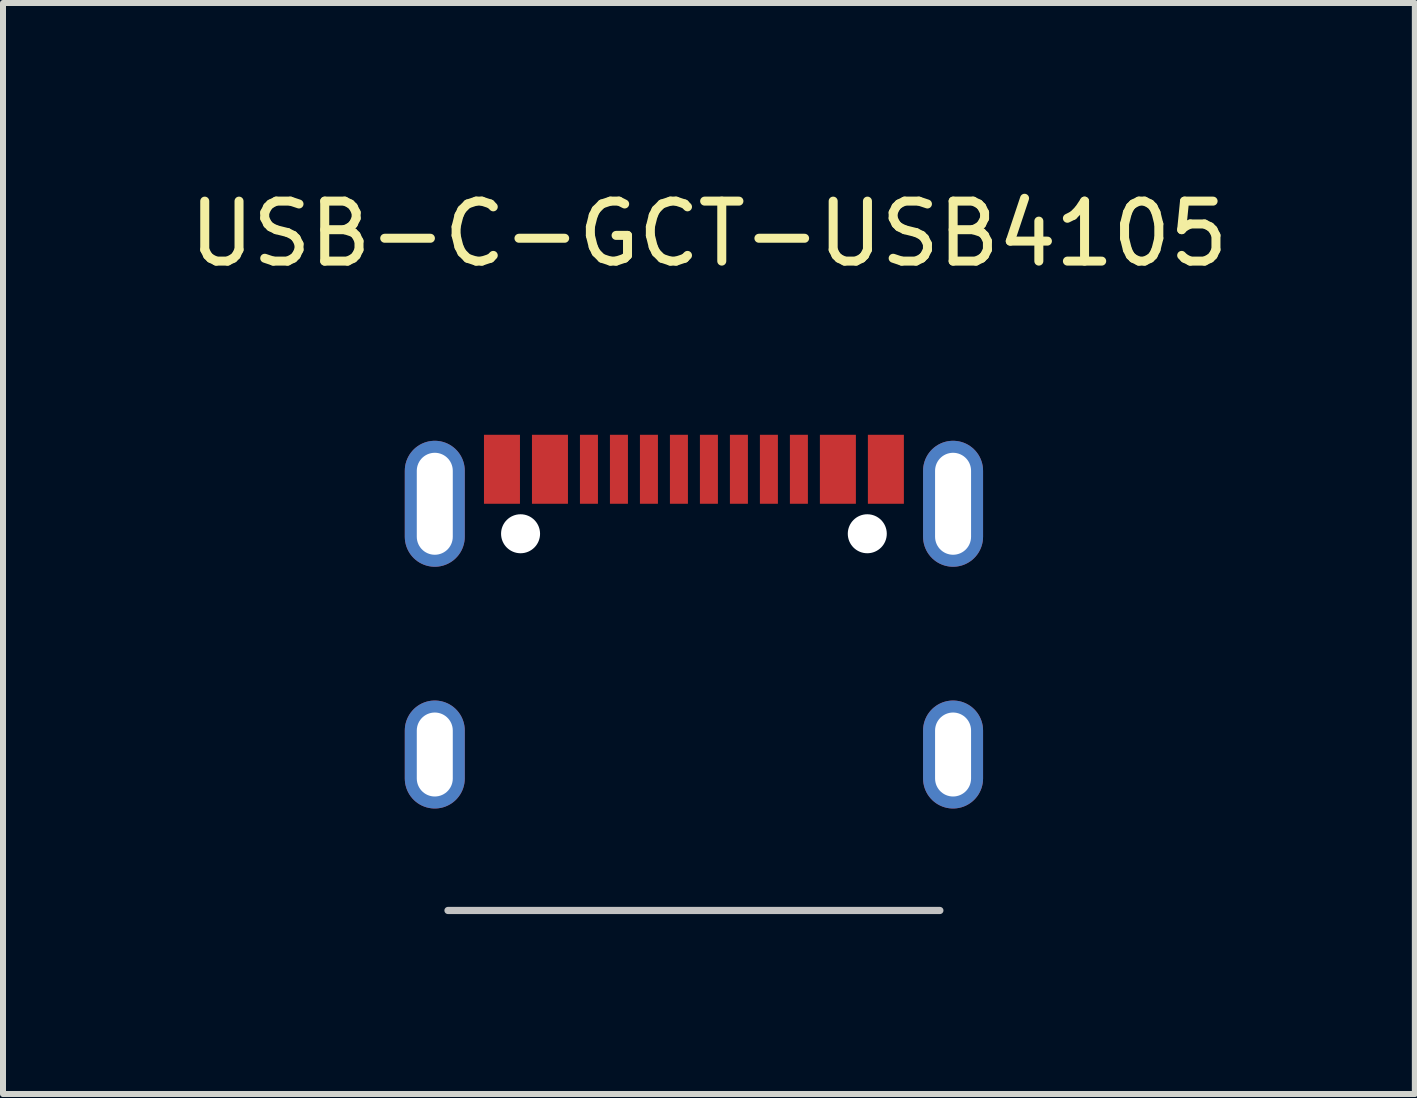
<source format=kicad_pcb>
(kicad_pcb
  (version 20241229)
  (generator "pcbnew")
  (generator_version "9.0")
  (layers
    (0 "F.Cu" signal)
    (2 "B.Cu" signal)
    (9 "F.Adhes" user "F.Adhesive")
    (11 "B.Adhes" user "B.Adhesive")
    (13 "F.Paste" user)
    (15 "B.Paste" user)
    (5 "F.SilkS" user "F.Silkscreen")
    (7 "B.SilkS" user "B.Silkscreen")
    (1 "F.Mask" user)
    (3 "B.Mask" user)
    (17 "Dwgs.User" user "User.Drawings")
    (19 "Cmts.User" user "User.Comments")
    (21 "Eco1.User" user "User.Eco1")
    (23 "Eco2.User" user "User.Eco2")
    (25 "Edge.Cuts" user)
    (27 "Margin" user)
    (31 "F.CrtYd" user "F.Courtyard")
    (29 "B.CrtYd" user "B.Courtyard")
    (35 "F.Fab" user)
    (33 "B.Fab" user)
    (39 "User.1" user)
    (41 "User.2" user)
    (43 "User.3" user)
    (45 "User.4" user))
  (footprint "USB-C-GCT-USB4105"
    (layer "F.Cu")
    (at 8.518 5.348)
    (property "Reference" "USB-C-GCT-USB4105" (at 0.25 -4.5 0) (layer "F.SilkS") (effects (font (size 1 1) (thickness 0.15))))
    (attr through_hole)
    (fp_line (start -4.1 6.78) (end 4.1 6.78) (stroke (width 0.12) (type solid)) (layer "Dwgs.User"))
    (pad "" np_thru_hole circle (at -2.89 0.5) (size 0.65 0.65) (drill 0.65) (layers "*.Cu" "*.Mask"))
    (pad "" np_thru_hole circle (at 2.89 0.5) (size 0.65 0.65) (drill 0.65) (layers "*.Cu" "*.Mask"))
    (pad "1" smd rect (at -3.2 -0.575) (size 0.6 1.15) (layers "F.Cu" "F.Mask" "F.Paste"))
    (pad "2" smd rect (at -2.4 -0.575) (size 0.6 1.15) (layers "F.Cu" "F.Mask" "F.Paste"))
    (pad "3" smd rect (at -1.75 -0.575) (size 0.3 1.15) (layers "F.Cu" "F.Mask" "F.Paste"))
    (pad "4" smd rect (at -1.25 -0.575) (size 0.3 1.15) (layers "F.Cu" "F.Mask" "F.Paste"))
    (pad "5" smd rect (at -0.75 -0.575) (size 0.3 1.15) (layers "F.Cu" "F.Mask" "F.Paste"))
    (pad "6" smd rect (at -0.25 -0.575) (size 0.3 1.15) (layers "F.Cu" "F.Mask" "F.Paste"))
    (pad "7" smd rect (at 0.25 -0.575) (size 0.3 1.15) (layers "F.Cu" "F.Mask" "F.Paste"))
    (pad "8" smd rect (at 0.75 -0.575) (size 0.3 1.15) (layers "F.Cu" "F.Mask" "F.Paste"))
    (pad "9" smd rect (at 1.25 -0.575) (size 0.3 1.15) (layers "F.Cu" "F.Mask" "F.Paste"))
    (pad "10" smd rect (at 1.75 -0.575) (size 0.3 1.15) (layers "F.Cu" "F.Mask" "F.Paste"))
    (pad "11" smd rect (at 2.4 -0.575) (size 0.6 1.15) (layers "F.Cu" "F.Mask" "F.Paste"))
    (pad "12" smd rect (at 3.2 -0.575) (size 0.6 1.15) (layers "F.Cu" "F.Mask" "F.Paste"))
    (pad "13" thru_hole oval (at -4.32 0 180) (size 1 2.1) (drill oval 0.6 1.7) (layers "*.Cu" "*.Mask" "F.Paste"))
    (pad "13" thru_hole oval (at -4.32 4.18) (size 1 1.8) (drill oval 0.6 1.4) (layers "*.Cu" "*.Mask" "F.Paste"))
    (pad "13" thru_hole oval (at 4.32 0 180) (size 1 2.1) (drill oval 0.6 1.7) (layers "*.Cu" "*.Mask" "F.Paste"))
    (pad "13" thru_hole oval (at 4.32 4.18) (size 1 1.8) (drill oval 0.6 1.4) (layers "*.Cu" "*.Mask" "F.Paste")))
  (gr_rect
    (start -3 -3)
    (end 20.536 15.188)
    (stroke (width 0.1) (type default))
    (fill no)
    (layer "Edge.Cuts")))
</source>
